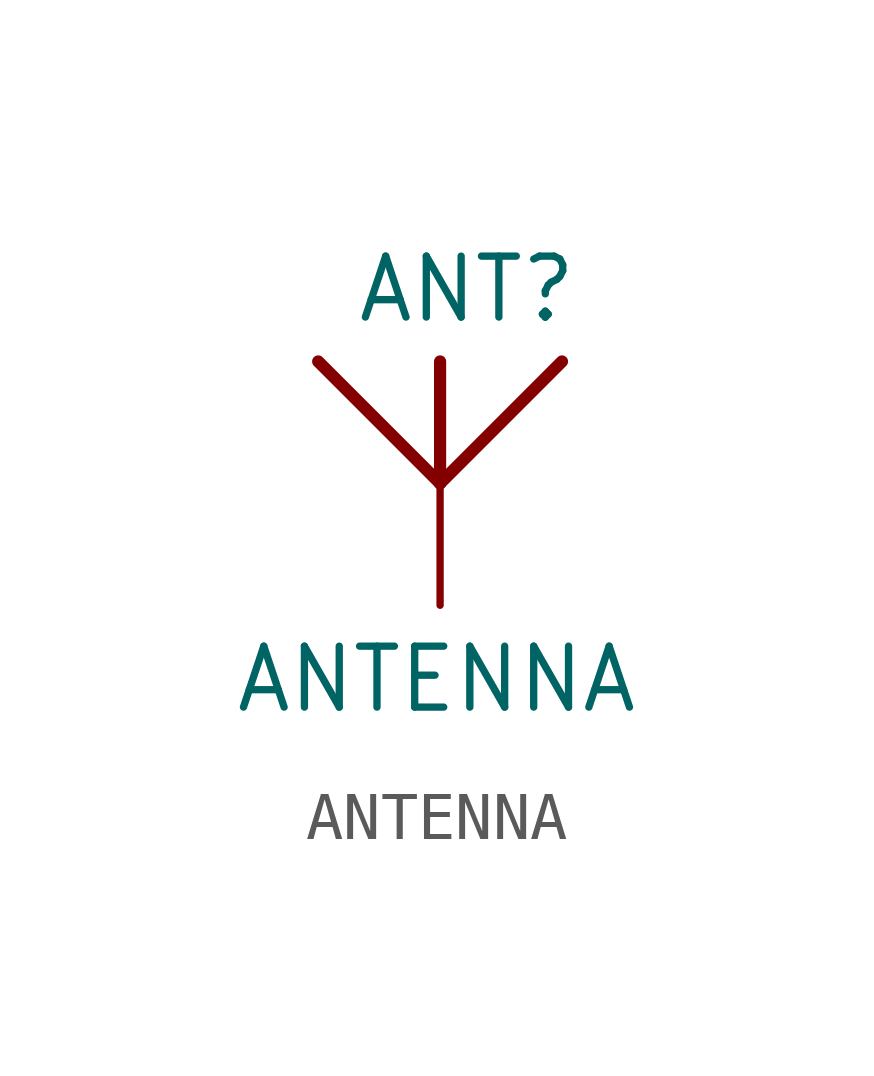
<source format=kicad_sym>
(kicad_symbol_lib
  (version 20220914)
  (generator kicad_symbol_editor)
  (symbol "ANTENNA"
    (pin_numbers hide)
    (pin_names
      (offset 1.016) hide)
    (property "Reference" "ANT"
      (at -1.778 3.302 0)
      (effects (font (size 1.27 1.27)) (justify left bottom)))
    (property "Value" "ANTENNA"
      (at -4.318 -4.826 0)
      (effects (font (size 1.27 1.27)) (justify left bottom)))
    (property "ki_locked" ""
      (at 0 0 0)
      (effects (font (size 1.27 1.27))))
    (symbol "ANTENNA_1_0"
      (polyline (pts (xy 0 0) (xy -2.54 2.54)) (stroke (width 0.254) (type solid)) (fill (type none)))
      (polyline (pts (xy 0 0) (xy 0 2.54)) (stroke (width 0.254) (type solid)) (fill (type none)))
      (polyline (pts (xy 0 0) (xy 2.54 2.54)) (stroke (width 0.254) (type solid)) (fill (type none))))
    (symbol "ANTENNA_1_1"
      (pin passive line (at 0 -2.54 90) (length 2.54) (name "1" (effects (font (size 1.016 1.016)))) (number "1" (effects (font (size 1.016 1.016))))))))
</source>
